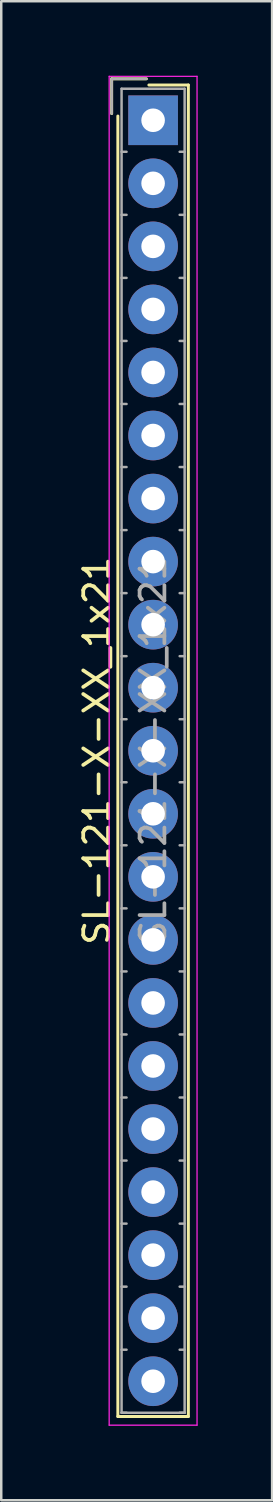
<source format=kicad_pcb>
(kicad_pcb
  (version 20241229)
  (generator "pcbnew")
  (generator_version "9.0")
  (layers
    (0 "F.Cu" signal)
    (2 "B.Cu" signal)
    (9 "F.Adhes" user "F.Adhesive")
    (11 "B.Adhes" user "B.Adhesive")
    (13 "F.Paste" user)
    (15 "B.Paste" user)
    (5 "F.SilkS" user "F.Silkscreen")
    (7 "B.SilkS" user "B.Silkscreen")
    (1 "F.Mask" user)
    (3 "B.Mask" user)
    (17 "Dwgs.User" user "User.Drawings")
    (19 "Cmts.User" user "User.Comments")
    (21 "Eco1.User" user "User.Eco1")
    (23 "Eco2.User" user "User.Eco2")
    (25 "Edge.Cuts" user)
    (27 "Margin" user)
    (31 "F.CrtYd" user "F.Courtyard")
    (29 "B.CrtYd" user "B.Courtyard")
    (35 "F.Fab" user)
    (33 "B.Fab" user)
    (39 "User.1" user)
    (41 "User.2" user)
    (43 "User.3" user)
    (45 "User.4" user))
  (footprint "SL-121-X-XX_1x21"
    (layer "F.Cu")
    (at 3.118 1.795)
    (property "Reference" "SL-121-X-XX_1x21" (at -2.27 25.4 90) (layer "F.SilkS") (effects (font (size 1 1) (thickness 0.15))))
    (attr through_hole)
    (fp_line (start -1.67 -1.67) (end -1.67 -0.27) (stroke (width 0.12) (type solid)) (layer "F.SilkS"))
    (fp_line (start -1.42 52.22) (end -1.42 -0.17) (stroke (width 0.12) (type solid)) (layer "F.SilkS"))
    (fp_line (start -0.27 -1.67) (end -1.67 -1.67) (stroke (width 0.12) (type solid)) (layer "F.SilkS"))
    (fp_line (start -0.17 -1.42) (end 1.42 -1.42) (stroke (width 0.12) (type solid)) (layer "F.SilkS"))
    (fp_line (start 1.42 -1.42) (end 1.42 52.22) (stroke (width 0.12) (type solid)) (layer "F.SilkS"))
    (fp_line (start 1.42 52.22) (end -1.42 52.22) (stroke (width 0.12) (type solid)) (layer "F.SilkS"))
    (fp_line (start -1.77 -1.77) (end -1.77 52.57) (stroke (width 0.05) (type solid)) (layer "F.CrtYd"))
    (fp_line (start -1.77 52.57) (end 1.77 52.57) (stroke (width 0.05) (type solid)) (layer "F.CrtYd"))
    (fp_line (start 1.77 -1.77) (end -1.77 -1.77) (stroke (width 0.05) (type solid)) (layer "F.CrtYd"))
    (fp_line (start 1.77 52.57) (end 1.77 -1.77) (stroke (width 0.05) (type solid)) (layer "F.CrtYd"))
    (fp_line (start -1.67 -1.67) (end -1.67 -0.27) (stroke (width 0.1) (type solid)) (layer "F.Fab"))
    (fp_line (start -1.27 -1.27) (end -1.27 52.07) (stroke (width 0.1) (type solid)) (layer "F.Fab"))
    (fp_line (start -1.27 1.27) (end -1.07 1.27) (stroke (width 0.1) (type solid)) (layer "F.Fab"))
    (fp_line (start -1.27 3.81) (end -1.07 3.81) (stroke (width 0.1) (type solid)) (layer "F.Fab"))
    (fp_line (start -1.27 6.35) (end -1.07 6.35) (stroke (width 0.1) (type solid)) (layer "F.Fab"))
    (fp_line (start -1.27 8.89) (end -1.07 8.89) (stroke (width 0.1) (type solid)) (layer "F.Fab"))
    (fp_line (start -1.27 11.43) (end -1.07 11.43) (stroke (width 0.1) (type solid)) (layer "F.Fab"))
    (fp_line (start -1.27 13.97) (end -1.07 13.97) (stroke (width 0.1) (type solid)) (layer "F.Fab"))
    (fp_line (start -1.27 16.51) (end -1.07 16.51) (stroke (width 0.1) (type solid)) (layer "F.Fab"))
    (fp_line (start -1.27 19.05) (end -1.07 19.05) (stroke (width 0.1) (type solid)) (layer "F.Fab"))
    (fp_line (start -1.27 21.59) (end -1.07 21.59) (stroke (width 0.1) (type solid)) (layer "F.Fab"))
    (fp_line (start -1.27 24.13) (end -1.07 24.13) (stroke (width 0.1) (type solid)) (layer "F.Fab"))
    (fp_line (start -1.27 26.67) (end -1.07 26.67) (stroke (width 0.1) (type solid)) (layer "F.Fab"))
    (fp_line (start -1.27 29.21) (end -1.07 29.21) (stroke (width 0.1) (type solid)) (layer "F.Fab"))
    (fp_line (start -1.27 31.75) (end -1.07 31.75) (stroke (width 0.1) (type solid)) (layer "F.Fab"))
    (fp_line (start -1.27 34.29) (end -1.07 34.29) (stroke (width 0.1) (type solid)) (layer "F.Fab"))
    (fp_line (start -1.27 36.83) (end -1.07 36.83) (stroke (width 0.1) (type solid)) (layer "F.Fab"))
    (fp_line (start -1.27 39.37) (end -1.07 39.37) (stroke (width 0.1) (type solid)) (layer "F.Fab"))
    (fp_line (start -1.27 41.91) (end -1.07 41.91) (stroke (width 0.1) (type solid)) (layer "F.Fab"))
    (fp_line (start -1.27 44.45) (end -1.07 44.45) (stroke (width 0.1) (type solid)) (layer "F.Fab"))
    (fp_line (start -1.27 46.99) (end -1.07 46.99) (stroke (width 0.1) (type solid)) (layer "F.Fab"))
    (fp_line (start -1.27 49.53) (end -1.07 49.53) (stroke (width 0.1) (type solid)) (layer "F.Fab"))
    (fp_line (start -1.27 52.07) (end -1.07 52.07) (stroke (width 0.1) (type solid)) (layer "F.Fab"))
    (fp_line (start -1.27 52.07) (end 1.27 52.07) (stroke (width 0.1) (type solid)) (layer "F.Fab"))
    (fp_line (start -0.27 -1.67) (end -1.67 -1.67) (stroke (width 0.1) (type solid)) (layer "F.Fab"))
    (fp_line (start 1.27 -1.27) (end -1.27 -1.27) (stroke (width 0.1) (type solid)) (layer "F.Fab"))
    (fp_line (start 1.27 1.27) (end 1.07 1.27) (stroke (width 0.1) (type solid)) (layer "F.Fab"))
    (fp_line (start 1.27 3.81) (end 1.07 3.81) (stroke (width 0.1) (type solid)) (layer "F.Fab"))
    (fp_line (start 1.27 6.35) (end 1.07 6.35) (stroke (width 0.1) (type solid)) (layer "F.Fab"))
    (fp_line (start 1.27 8.89) (end 1.07 8.89) (stroke (width 0.1) (type solid)) (layer "F.Fab"))
    (fp_line (start 1.27 11.43) (end 1.07 11.43) (stroke (width 0.1) (type solid)) (layer "F.Fab"))
    (fp_line (start 1.27 13.97) (end 1.07 13.97) (stroke (width 0.1) (type solid)) (layer "F.Fab"))
    (fp_line (start 1.27 16.51) (end 1.07 16.51) (stroke (width 0.1) (type solid)) (layer "F.Fab"))
    (fp_line (start 1.27 19.05) (end 1.07 19.05) (stroke (width 0.1) (type solid)) (layer "F.Fab"))
    (fp_line (start 1.27 21.59) (end 1.07 21.59) (stroke (width 0.1) (type solid)) (layer "F.Fab"))
    (fp_line (start 1.27 24.13) (end 1.07 24.13) (stroke (width 0.1) (type solid)) (layer "F.Fab"))
    (fp_line (start 1.27 26.67) (end 1.07 26.67) (stroke (width 0.1) (type solid)) (layer "F.Fab"))
    (fp_line (start 1.27 29.21) (end 1.07 29.21) (stroke (width 0.1) (type solid)) (layer "F.Fab"))
    (fp_line (start 1.27 31.75) (end 1.07 31.75) (stroke (width 0.1) (type solid)) (layer "F.Fab"))
    (fp_line (start 1.27 34.29) (end 1.07 34.29) (stroke (width 0.1) (type solid)) (layer "F.Fab"))
    (fp_line (start 1.27 36.83) (end 1.07 36.83) (stroke (width 0.1) (type solid)) (layer "F.Fab"))
    (fp_line (start 1.27 39.37) (end 1.07 39.37) (stroke (width 0.1) (type solid)) (layer "F.Fab"))
    (fp_line (start 1.27 41.91) (end 1.07 41.91) (stroke (width 0.1) (type solid)) (layer "F.Fab"))
    (fp_line (start 1.27 44.45) (end 1.07 44.45) (stroke (width 0.1) (type solid)) (layer "F.Fab"))
    (fp_line (start 1.27 46.99) (end 1.07 46.99) (stroke (width 0.1) (type solid)) (layer "F.Fab"))
    (fp_line (start 1.27 49.53) (end 1.07 49.53) (stroke (width 0.1) (type solid)) (layer "F.Fab"))
    (fp_line (start 1.27 52.07) (end 1.07 52.07) (stroke (width 0.1) (type solid)) (layer "F.Fab"))
    (fp_line (start 1.27 52.07) (end 1.27 -1.27) (stroke (width 0.1) (type solid)) (layer "F.Fab"))
    (fp_text user "${REFERENCE}" (at 0 25.4 90) (layer "F.Fab") (effects (font (size 1 1) (thickness 0.15))))
    (pad "1" thru_hole rect (at 0 0) (size 2 2) (drill 0.95) (layers "*.Cu" "*.Mask"))
    (pad "2" thru_hole circle (at 0 2.54) (size 2 2) (drill 0.95) (layers "*.Cu" "*.Mask"))
    (pad "3" thru_hole circle (at 0 5.08) (size 2 2) (drill 0.95) (layers "*.Cu" "*.Mask"))
    (pad "4" thru_hole circle (at 0 7.62) (size 2 2) (drill 0.95) (layers "*.Cu" "*.Mask"))
    (pad "5" thru_hole circle (at 0 10.16) (size 2 2) (drill 0.95) (layers "*.Cu" "*.Mask"))
    (pad "6" thru_hole circle (at 0 12.7) (size 2 2) (drill 0.95) (layers "*.Cu" "*.Mask"))
    (pad "7" thru_hole circle (at 0 15.24) (size 2 2) (drill 0.95) (layers "*.Cu" "*.Mask"))
    (pad "8" thru_hole circle (at 0 17.78) (size 2 2) (drill 0.95) (layers "*.Cu" "*.Mask"))
    (pad "9" thru_hole circle (at 0 20.32) (size 2 2) (drill 0.95) (layers "*.Cu" "*.Mask"))
    (pad "10" thru_hole circle (at 0 22.86) (size 2 2) (drill 0.95) (layers "*.Cu" "*.Mask"))
    (pad "11" thru_hole circle (at 0 25.4) (size 2 2) (drill 0.95) (layers "*.Cu" "*.Mask"))
    (pad "12" thru_hole circle (at 0 27.94) (size 2 2) (drill 0.95) (layers "*.Cu" "*.Mask"))
    (pad "13" thru_hole circle (at 0 30.48) (size 2 2) (drill 0.95) (layers "*.Cu" "*.Mask"))
    (pad "14" thru_hole circle (at 0 33.02) (size 2 2) (drill 0.95) (layers "*.Cu" "*.Mask"))
    (pad "15" thru_hole circle (at 0 35.56) (size 2 2) (drill 0.95) (layers "*.Cu" "*.Mask"))
    (pad "16" thru_hole circle (at 0 38.1) (size 2 2) (drill 0.95) (layers "*.Cu" "*.Mask"))
    (pad "17" thru_hole circle (at 0 40.64) (size 2 2) (drill 0.95) (layers "*.Cu" "*.Mask"))
    (pad "18" thru_hole circle (at 0 43.18) (size 2 2) (drill 0.95) (layers "*.Cu" "*.Mask"))
    (pad "19" thru_hole circle (at 0 45.72) (size 2 2) (drill 0.95) (layers "*.Cu" "*.Mask"))
    (pad "20" thru_hole circle (at 0 48.26) (size 2 2) (drill 0.95) (layers "*.Cu" "*.Mask"))
    (pad "21" thru_hole circle (at 0 50.8) (size 2 2) (drill 0.95) (layers "*.Cu" "*.Mask")))
  (gr_rect
    (start -3 -3)
    (end 7.913 57.39)
    (stroke (width 0.1) (type default))
    (fill no)
    (layer "Edge.Cuts")))
</source>
